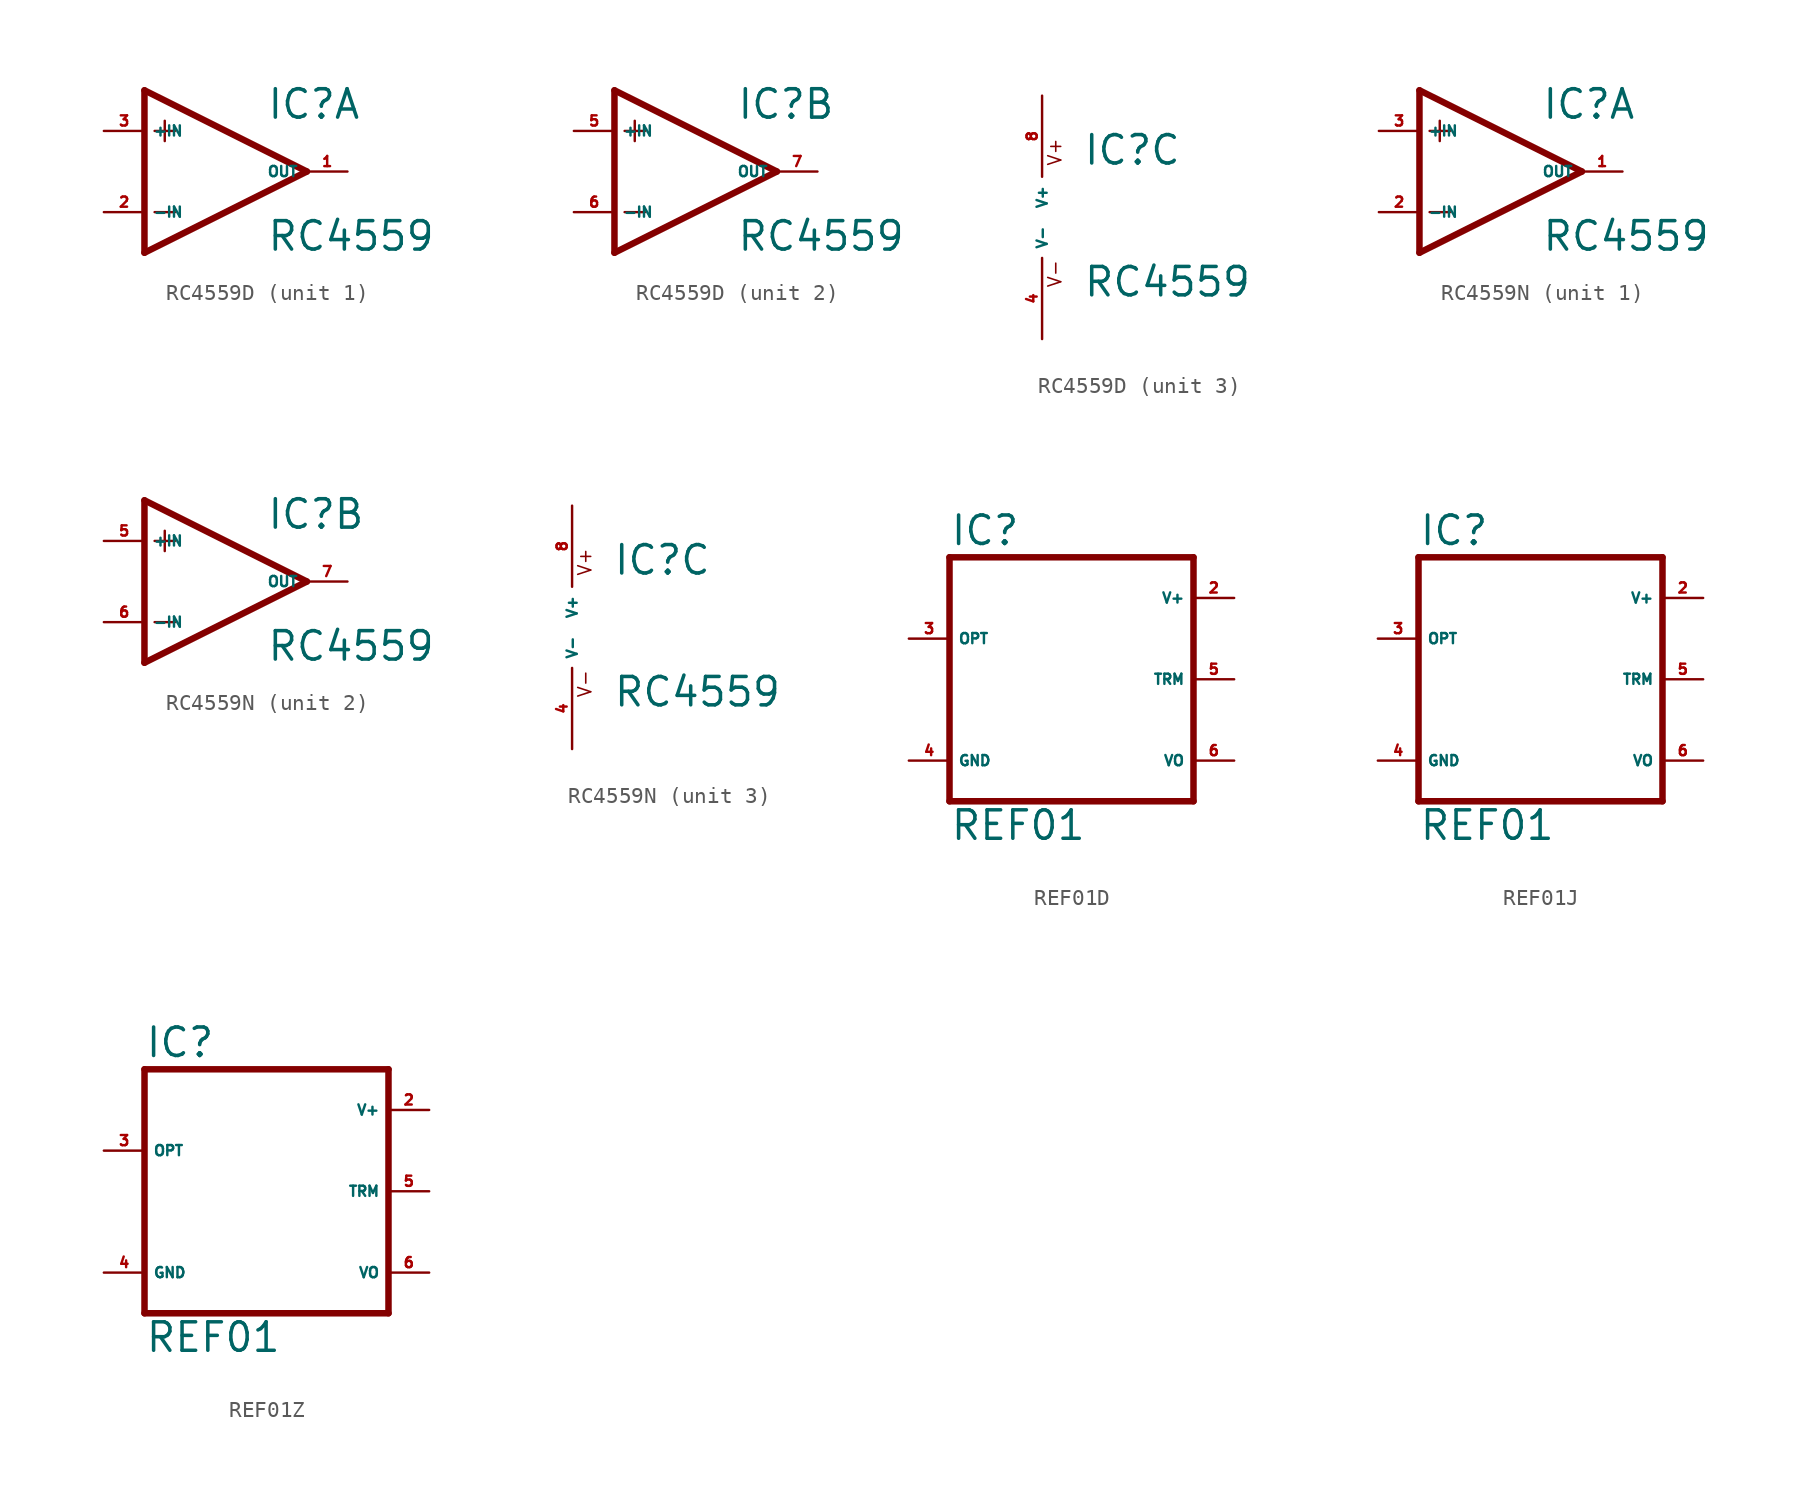
<source format=kicad_sym>
(kicad_symbol_lib
  (version 20220914)
  (generator Eagle2Kicad)
  (symbol "RC4559D"
    (property "Reference" "IC"
      (at 2.54 3.175 0)
      (effects (font (size 1.778 1.778) (thickness 0.22)) (justify left bottom)))
    (property "Value" "RC4559"
      (at 2.54 -5.08 0)
      (effects (font (size 1.778 1.778) (thickness 0.22)) (justify left bottom)))
    (symbol "RC4559D_1_0"
      (polyline (pts (xy -5.08 5.08) (xy -5.08 -5.08)) (stroke (width 0.406) (type default)) (fill (type none)))
      (polyline (pts (xy -5.08 -5.08) (xy 5.08 0)) (stroke (width 0.406) (type default)) (fill (type none)))
      (polyline (pts (xy 5.08 0) (xy -5.08 5.08)) (stroke (width 0.406) (type default)) (fill (type none)))
      (polyline (pts (xy -3.81 3.175) (xy -3.81 1.905)) (stroke (width 0.152) (type default)) (fill (type none)))
      (polyline (pts (xy -4.445 2.54) (xy -3.175 2.54)) (stroke (width 0.152) (type default)) (fill (type none)))
      (polyline (pts (xy -4.445 -2.54) (xy -3.175 -2.54)) (stroke (width 0.152) (type default)) (fill (type none)))
      (pin input line (at -7.62 -2.54 0) (length 2.54) (name "-IN" (effects (font (size 0.635 0.635) (thickness 0.08)) (justify left bottom))) (number "2" (effects (font (size 0.635 0.635) (thickness 0.08)) (justify left bottom))))
      (pin input line (at -7.62 2.54 0) (length 2.54) (name "+IN" (effects (font (size 0.635 0.635) (thickness 0.08)) (justify left bottom))) (number "3" (effects (font (size 0.635 0.635) (thickness 0.08)) (justify left bottom))))
      (pin output line (at 7.62 0 180) (length 2.54) (name "OUT" (effects (font (size 0.635 0.635) (thickness 0.08)) (justify left bottom))) (number "1" (effects (font (size 0.635 0.635) (thickness 0.08)) (justify left bottom)))))
    (symbol "RC4559D_2_0"
      (polyline (pts (xy -5.08 5.08) (xy -5.08 -5.08)) (stroke (width 0.406) (type default)) (fill (type none)))
      (polyline (pts (xy -5.08 -5.08) (xy 5.08 0)) (stroke (width 0.406) (type default)) (fill (type none)))
      (polyline (pts (xy 5.08 0) (xy -5.08 5.08)) (stroke (width 0.406) (type default)) (fill (type none)))
      (polyline (pts (xy -3.81 3.175) (xy -3.81 1.905)) (stroke (width 0.152) (type default)) (fill (type none)))
      (polyline (pts (xy -4.445 2.54) (xy -3.175 2.54)) (stroke (width 0.152) (type default)) (fill (type none)))
      (polyline (pts (xy -4.445 -2.54) (xy -3.175 -2.54)) (stroke (width 0.152) (type default)) (fill (type none)))
      (pin input line (at -7.62 -2.54 0) (length 2.54) (name "-IN" (effects (font (size 0.635 0.635) (thickness 0.08)) (justify left bottom))) (number "6" (effects (font (size 0.635 0.635) (thickness 0.08)) (justify left bottom))))
      (pin input line (at -7.62 2.54 0) (length 2.54) (name "+IN" (effects (font (size 0.635 0.635) (thickness 0.08)) (justify left bottom))) (number "5" (effects (font (size 0.635 0.635) (thickness 0.08)) (justify left bottom))))
      (pin output line (at 7.62 0 180) (length 2.54) (name "OUT" (effects (font (size 0.635 0.635) (thickness 0.08)) (justify left bottom))) (number "7" (effects (font (size 0.635 0.635) (thickness 0.08)) (justify left bottom)))))
    (symbol "RC4559D_3_0"
      (text "V+" (at 1.27 3.175 900) (effects (font (size 0.813 0.813) (thickness 0.10)) (justify left bottom)))
      (text "V-" (at 1.27 -4.445 900) (effects (font (size 0.813 0.813) (thickness 0.10)) (justify left bottom)))
      (pin unspecified line (at 0 7.62 270) (length 5.08) (name "V+" (effects (font (size 0.635 0.635) (thickness 0.08)) (justify left bottom))) (number "8" (effects (font (size 0.635 0.635) (thickness 0.08)) (justify left bottom))))
      (pin unspecified line (at 0 -7.62 90) (length 5.08) (name "V-" (effects (font (size 0.635 0.635) (thickness 0.08)) (justify left bottom))) (number "4" (effects (font (size 0.635 0.635) (thickness 0.08)) (justify left bottom))))))
  (symbol "RC4559N"
    (property "Reference" "IC"
      (at 2.54 3.175 0)
      (effects (font (size 1.778 1.778) (thickness 0.22)) (justify left bottom)))
    (property "Value" "RC4559"
      (at 2.54 -5.08 0)
      (effects (font (size 1.778 1.778) (thickness 0.22)) (justify left bottom)))
    (symbol "RC4559N_1_0"
      (polyline (pts (xy -5.08 5.08) (xy -5.08 -5.08)) (stroke (width 0.406) (type default)) (fill (type none)))
      (polyline (pts (xy -5.08 -5.08) (xy 5.08 0)) (stroke (width 0.406) (type default)) (fill (type none)))
      (polyline (pts (xy 5.08 0) (xy -5.08 5.08)) (stroke (width 0.406) (type default)) (fill (type none)))
      (polyline (pts (xy -3.81 3.175) (xy -3.81 1.905)) (stroke (width 0.152) (type default)) (fill (type none)))
      (polyline (pts (xy -4.445 2.54) (xy -3.175 2.54)) (stroke (width 0.152) (type default)) (fill (type none)))
      (polyline (pts (xy -4.445 -2.54) (xy -3.175 -2.54)) (stroke (width 0.152) (type default)) (fill (type none)))
      (pin input line (at -7.62 -2.54 0) (length 2.54) (name "-IN" (effects (font (size 0.635 0.635) (thickness 0.08)) (justify left bottom))) (number "2" (effects (font (size 0.635 0.635) (thickness 0.08)) (justify left bottom))))
      (pin input line (at -7.62 2.54 0) (length 2.54) (name "+IN" (effects (font (size 0.635 0.635) (thickness 0.08)) (justify left bottom))) (number "3" (effects (font (size 0.635 0.635) (thickness 0.08)) (justify left bottom))))
      (pin output line (at 7.62 0 180) (length 2.54) (name "OUT" (effects (font (size 0.635 0.635) (thickness 0.08)) (justify left bottom))) (number "1" (effects (font (size 0.635 0.635) (thickness 0.08)) (justify left bottom)))))
    (symbol "RC4559N_2_0"
      (polyline (pts (xy -5.08 5.08) (xy -5.08 -5.08)) (stroke (width 0.406) (type default)) (fill (type none)))
      (polyline (pts (xy -5.08 -5.08) (xy 5.08 0)) (stroke (width 0.406) (type default)) (fill (type none)))
      (polyline (pts (xy 5.08 0) (xy -5.08 5.08)) (stroke (width 0.406) (type default)) (fill (type none)))
      (polyline (pts (xy -3.81 3.175) (xy -3.81 1.905)) (stroke (width 0.152) (type default)) (fill (type none)))
      (polyline (pts (xy -4.445 2.54) (xy -3.175 2.54)) (stroke (width 0.152) (type default)) (fill (type none)))
      (polyline (pts (xy -4.445 -2.54) (xy -3.175 -2.54)) (stroke (width 0.152) (type default)) (fill (type none)))
      (pin input line (at -7.62 -2.54 0) (length 2.54) (name "-IN" (effects (font (size 0.635 0.635) (thickness 0.08)) (justify left bottom))) (number "6" (effects (font (size 0.635 0.635) (thickness 0.08)) (justify left bottom))))
      (pin input line (at -7.62 2.54 0) (length 2.54) (name "+IN" (effects (font (size 0.635 0.635) (thickness 0.08)) (justify left bottom))) (number "5" (effects (font (size 0.635 0.635) (thickness 0.08)) (justify left bottom))))
      (pin output line (at 7.62 0 180) (length 2.54) (name "OUT" (effects (font (size 0.635 0.635) (thickness 0.08)) (justify left bottom))) (number "7" (effects (font (size 0.635 0.635) (thickness 0.08)) (justify left bottom)))))
    (symbol "RC4559N_3_0"
      (text "V+" (at 1.27 3.175 900) (effects (font (size 0.813 0.813) (thickness 0.10)) (justify left bottom)))
      (text "V-" (at 1.27 -4.445 900) (effects (font (size 0.813 0.813) (thickness 0.10)) (justify left bottom)))
      (pin unspecified line (at 0 7.62 270) (length 5.08) (name "V+" (effects (font (size 0.635 0.635) (thickness 0.08)) (justify left bottom))) (number "8" (effects (font (size 0.635 0.635) (thickness 0.08)) (justify left bottom))))
      (pin unspecified line (at 0 -7.62 90) (length 5.08) (name "V-" (effects (font (size 0.635 0.635) (thickness 0.08)) (justify left bottom))) (number "4" (effects (font (size 0.635 0.635) (thickness 0.08)) (justify left bottom))))))
  (symbol "REF01D"
    (property "Reference" "IC"
      (at -7.62 8.255 0)
      (effects (font (size 1.778 1.778) (thickness 0.22)) (justify left bottom)))
    (property "Value" "REF01"
      (at -7.62 -10.16 0)
      (effects (font (size 1.778 1.778) (thickness 0.22)) (justify left bottom)))
    (polyline
      (pts (xy -7.62 -7.62) (xy 7.62 -7.62))
      (stroke (width 0.406) (type default))
      (fill (type none)))
    (polyline
      (pts (xy 7.62 -7.62) (xy 7.62 7.62))
      (stroke (width 0.406) (type default))
      (fill (type none)))
    (polyline
      (pts (xy 7.62 7.62) (xy -7.62 7.62))
      (stroke (width 0.406) (type default))
      (fill (type none)))
    (polyline
      (pts (xy -7.62 7.62) (xy -7.62 -7.62))
      (stroke (width 0.406) (type default))
      (fill (type none)))
    (pin output line
      (at -10.16 2.54 0)
      (length 2.54)
      (name "OPT" (effects (font (size 0.635 0.635) (thickness 0.08)) (justify left bottom)))
      (number "3" (effects (font (size 0.635 0.635) (thickness 0.08)) (justify left bottom))))
    (pin output line
      (at 10.16 -5.08 180)
      (length 2.54)
      (name "VO" (effects (font (size 0.635 0.635) (thickness 0.08)) (justify left bottom)))
      (number "6" (effects (font (size 0.635 0.635) (thickness 0.08)) (justify left bottom))))
    (pin input line
      (at 10.16 0 180)
      (length 2.54)
      (name "TRM" (effects (font (size 0.635 0.635) (thickness 0.08)) (justify left bottom)))
      (number "5" (effects (font (size 0.635 0.635) (thickness 0.08)) (justify left bottom))))
    (pin unspecified line
      (at 10.16 5.08 180)
      (length 2.54)
      (name "V+" (effects (font (size 0.635 0.635) (thickness 0.08)) (justify left bottom)))
      (number "2" (effects (font (size 0.635 0.635) (thickness 0.08)) (justify left bottom))))
    (pin unspecified line
      (at -10.16 -5.08 0)
      (length 2.54)
      (name "GND" (effects (font (size 0.635 0.635) (thickness 0.08)) (justify left bottom)))
      (number "4" (effects (font (size 0.635 0.635) (thickness 0.08)) (justify left bottom)))))
  (symbol "REF01J"
    (property "Reference" "IC"
      (at -7.62 8.255 0)
      (effects (font (size 1.778 1.778) (thickness 0.22)) (justify left bottom)))
    (property "Value" "REF01"
      (at -7.62 -10.16 0)
      (effects (font (size 1.778 1.778) (thickness 0.22)) (justify left bottom)))
    (polyline
      (pts (xy -7.62 -7.62) (xy 7.62 -7.62))
      (stroke (width 0.406) (type default))
      (fill (type none)))
    (polyline
      (pts (xy 7.62 -7.62) (xy 7.62 7.62))
      (stroke (width 0.406) (type default))
      (fill (type none)))
    (polyline
      (pts (xy 7.62 7.62) (xy -7.62 7.62))
      (stroke (width 0.406) (type default))
      (fill (type none)))
    (polyline
      (pts (xy -7.62 7.62) (xy -7.62 -7.62))
      (stroke (width 0.406) (type default))
      (fill (type none)))
    (pin output line
      (at -10.16 2.54 0)
      (length 2.54)
      (name "OPT" (effects (font (size 0.635 0.635) (thickness 0.08)) (justify left bottom)))
      (number "3" (effects (font (size 0.635 0.635) (thickness 0.08)) (justify left bottom))))
    (pin output line
      (at 10.16 -5.08 180)
      (length 2.54)
      (name "VO" (effects (font (size 0.635 0.635) (thickness 0.08)) (justify left bottom)))
      (number "6" (effects (font (size 0.635 0.635) (thickness 0.08)) (justify left bottom))))
    (pin input line
      (at 10.16 0 180)
      (length 2.54)
      (name "TRM" (effects (font (size 0.635 0.635) (thickness 0.08)) (justify left bottom)))
      (number "5" (effects (font (size 0.635 0.635) (thickness 0.08)) (justify left bottom))))
    (pin unspecified line
      (at 10.16 5.08 180)
      (length 2.54)
      (name "V+" (effects (font (size 0.635 0.635) (thickness 0.08)) (justify left bottom)))
      (number "2" (effects (font (size 0.635 0.635) (thickness 0.08)) (justify left bottom))))
    (pin unspecified line
      (at -10.16 -5.08 0)
      (length 2.54)
      (name "GND" (effects (font (size 0.635 0.635) (thickness 0.08)) (justify left bottom)))
      (number "4" (effects (font (size 0.635 0.635) (thickness 0.08)) (justify left bottom)))))
  (symbol "REF01Z"
    (property "Reference" "IC"
      (at -7.62 8.255 0)
      (effects (font (size 1.778 1.778) (thickness 0.22)) (justify left bottom)))
    (property "Value" "REF01"
      (at -7.62 -10.16 0)
      (effects (font (size 1.778 1.778) (thickness 0.22)) (justify left bottom)))
    (polyline
      (pts (xy -7.62 -7.62) (xy 7.62 -7.62))
      (stroke (width 0.406) (type default))
      (fill (type none)))
    (polyline
      (pts (xy 7.62 -7.62) (xy 7.62 7.62))
      (stroke (width 0.406) (type default))
      (fill (type none)))
    (polyline
      (pts (xy 7.62 7.62) (xy -7.62 7.62))
      (stroke (width 0.406) (type default))
      (fill (type none)))
    (polyline
      (pts (xy -7.62 7.62) (xy -7.62 -7.62))
      (stroke (width 0.406) (type default))
      (fill (type none)))
    (pin output line
      (at -10.16 2.54 0)
      (length 2.54)
      (name "OPT" (effects (font (size 0.635 0.635) (thickness 0.08)) (justify left bottom)))
      (number "3" (effects (font (size 0.635 0.635) (thickness 0.08)) (justify left bottom))))
    (pin output line
      (at 10.16 -5.08 180)
      (length 2.54)
      (name "VO" (effects (font (size 0.635 0.635) (thickness 0.08)) (justify left bottom)))
      (number "6" (effects (font (size 0.635 0.635) (thickness 0.08)) (justify left bottom))))
    (pin input line
      (at 10.16 0 180)
      (length 2.54)
      (name "TRM" (effects (font (size 0.635 0.635) (thickness 0.08)) (justify left bottom)))
      (number "5" (effects (font (size 0.635 0.635) (thickness 0.08)) (justify left bottom))))
    (pin unspecified line
      (at 10.16 5.08 180)
      (length 2.54)
      (name "V+" (effects (font (size 0.635 0.635) (thickness 0.08)) (justify left bottom)))
      (number "2" (effects (font (size 0.635 0.635) (thickness 0.08)) (justify left bottom))))
    (pin unspecified line
      (at -10.16 -5.08 0)
      (length 2.54)
      (name "GND" (effects (font (size 0.635 0.635) (thickness 0.08)) (justify left bottom)))
      (number "4" (effects (font (size 0.635 0.635) (thickness 0.08)) (justify left bottom))))))
</source>
